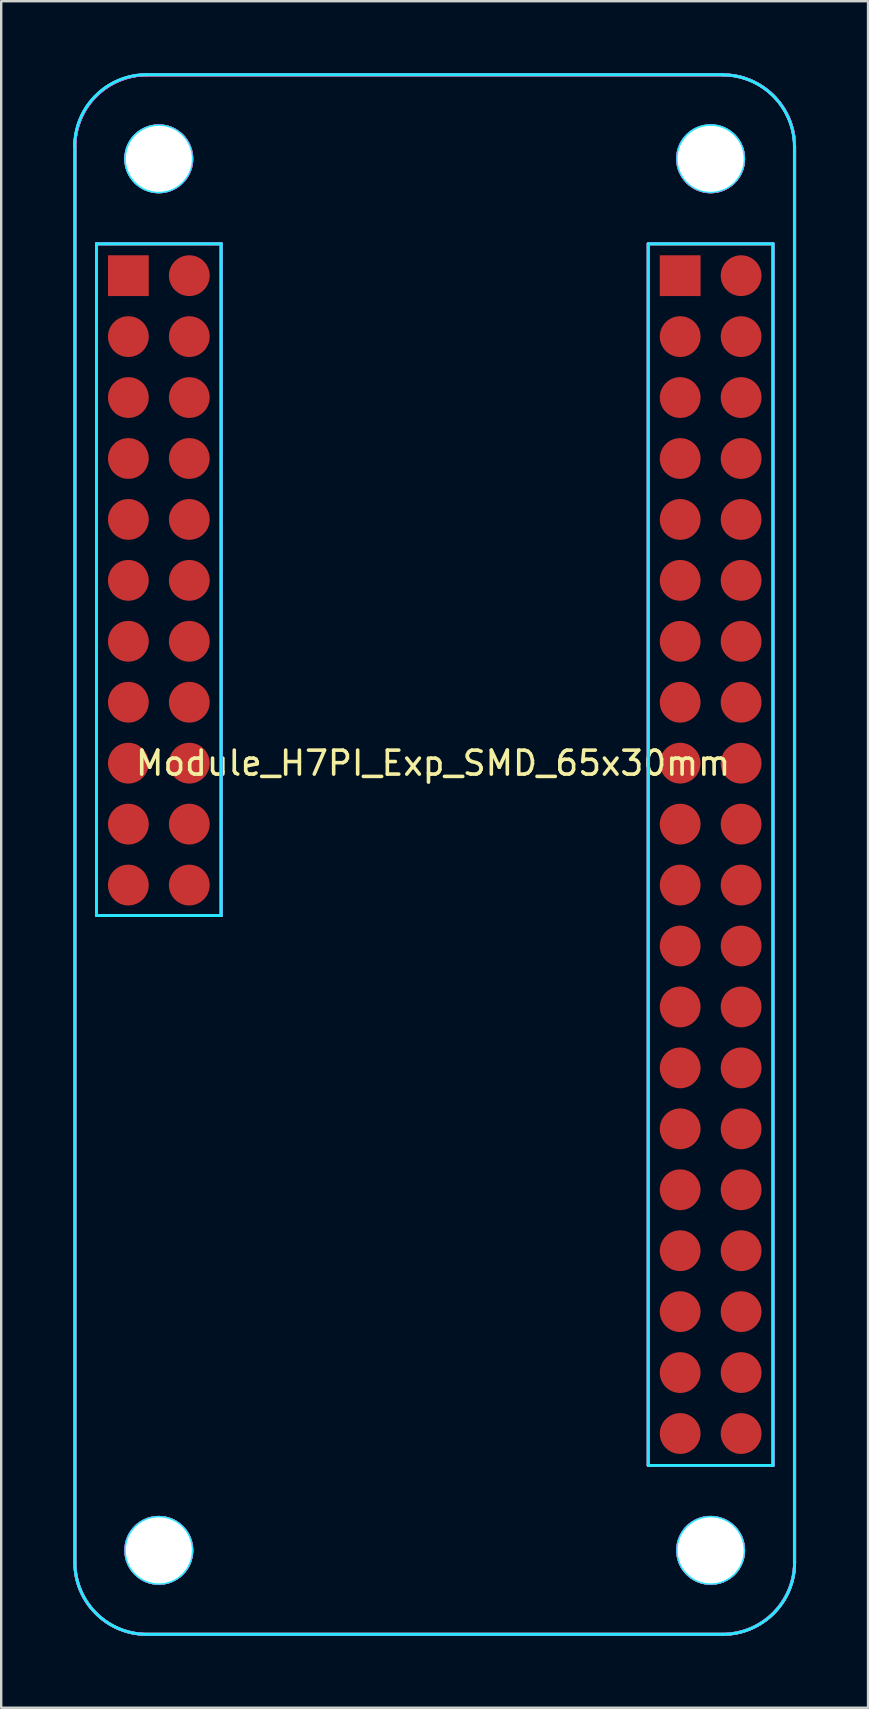
<source format=kicad_pcb>
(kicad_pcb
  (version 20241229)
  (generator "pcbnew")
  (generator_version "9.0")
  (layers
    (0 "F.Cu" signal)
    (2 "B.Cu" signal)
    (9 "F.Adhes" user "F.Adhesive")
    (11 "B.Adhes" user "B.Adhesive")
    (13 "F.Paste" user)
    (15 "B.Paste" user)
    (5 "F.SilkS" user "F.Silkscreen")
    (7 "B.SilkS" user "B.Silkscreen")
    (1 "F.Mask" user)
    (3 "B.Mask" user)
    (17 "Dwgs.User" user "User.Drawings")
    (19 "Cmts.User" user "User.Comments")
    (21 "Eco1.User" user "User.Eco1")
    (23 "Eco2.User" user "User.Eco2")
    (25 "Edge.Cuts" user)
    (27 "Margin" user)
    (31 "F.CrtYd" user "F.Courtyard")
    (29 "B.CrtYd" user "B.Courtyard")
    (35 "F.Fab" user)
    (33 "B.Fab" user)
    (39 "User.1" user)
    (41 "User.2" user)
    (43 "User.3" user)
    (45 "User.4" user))
  (footprint "Module_H7PI_Exp_SMD_65x30mm"
    (layer "F.Cu")
    (at 15.07 32.57)
    (property "Reference" "Module_H7PI_Exp_SMD_65x30mm" (at -0.07 -3.81 0) (layer "F.SilkS") (effects (font (size 1 1) (thickness 0.15))))
    (attr exclude_from_pos_files exclude_from_bom)
    (fp_line (start -15 -29.5) (end -15 29.5) (stroke (width 0.12) (type solid)) (layer "F.SilkS"))
    (fp_line (start -14.1 -25.46) (end -14.1 2.54) (stroke (width 0.12) (type solid)) (layer "F.SilkS"))
    (fp_line (start -14.1 -25.46) (end -8.9 -25.46) (stroke (width 0.12) (type solid)) (layer "F.SilkS"))
    (fp_line (start -14.1 2.54) (end -8.9 2.54) (stroke (width 0.12) (type solid)) (layer "F.SilkS"))
    (fp_line (start -12 32.5) (end 12 32.5) (stroke (width 0.12) (type solid)) (layer "F.SilkS"))
    (fp_line (start -8.9 -25.46) (end -8.9 2.54) (stroke (width 0.12) (type solid)) (layer "F.SilkS"))
    (fp_line (start 8.9 -25.46) (end 8.9 25.46) (stroke (width 0.12) (type solid)) (layer "F.SilkS"))
    (fp_line (start 8.9 -25.46) (end 14.1 -25.46) (stroke (width 0.12) (type solid)) (layer "F.SilkS"))
    (fp_line (start 8.9 25.46) (end 14.1 25.46) (stroke (width 0.12) (type solid)) (layer "F.SilkS"))
    (fp_line (start 12 -32.5) (end -12 -32.5) (stroke (width 0.12) (type solid)) (layer "F.SilkS"))
    (fp_line (start 14.1 -25.46) (end 14.1 25.46) (stroke (width 0.12) (type solid)) (layer "F.SilkS"))
    (fp_line (start 15 -29.5) (end 15 29.5) (stroke (width 0.12) (type solid)) (layer "F.SilkS"))
    (fp_arc (start -15 -29.5) (mid -14.12132 -31.62132) (end -12 -32.5) (stroke (width 0.12) (type solid)) (layer "F.SilkS"))
    (fp_arc (start -12 32.5) (mid -14.12132 31.62132) (end -15 29.5) (stroke (width 0.12) (type solid)) (layer "F.SilkS"))
    (fp_arc (start 12 -32.5) (mid 14.12132 -31.62132) (end 15 -29.5) (stroke (width 0.12) (type solid)) (layer "F.SilkS"))
    (fp_arc (start 15 29.5) (mid 14.12132 31.62132) (end 12 32.5) (stroke (width 0.12) (type solid)) (layer "F.SilkS"))
    (fp_circle (center -11.5 -29) (end -10.125 -29) (stroke (width 0.12) (type solid)) (fill no) (layer "F.SilkS"))
    (fp_circle (center -11.5 29) (end -10.125 29) (stroke (width 0.12) (type solid)) (fill no) (layer "F.SilkS"))
    (fp_circle (center 11.5 -29) (end 12.875 -29) (stroke (width 0.12) (type solid)) (fill no) (layer "F.SilkS"))
    (fp_circle (center 11.5 29) (end 12.875 29) (stroke (width 0.12) (type solid)) (fill no) (layer "F.SilkS"))
    (fp_line (start -15 -29.5) (end -15 29.5) (stroke (width 0.12) (type solid)) (layer "B.SilkS"))
    (fp_line (start -14.1 -25.46) (end -8.9 -25.46) (stroke (width 0.12) (type solid)) (layer "B.SilkS"))
    (fp_line (start -14.1 2.54) (end -14.1 -25.46) (stroke (width 0.12) (type solid)) (layer "B.SilkS"))
    (fp_line (start -12 32.5) (end 12 32.5) (stroke (width 0.12) (type solid)) (layer "B.SilkS"))
    (fp_line (start -8.9 -25.46) (end -8.9 2.54) (stroke (width 0.12) (type solid)) (layer "B.SilkS"))
    (fp_line (start -8.9 2.54) (end -14.1 2.54) (stroke (width 0.12) (type solid)) (layer "B.SilkS"))
    (fp_line (start 8.9 -25.46) (end 8.9 25.46) (stroke (width 0.12) (type solid)) (layer "B.SilkS"))
    (fp_line (start 8.9 25.46) (end 14.1 25.46) (stroke (width 0.12) (type solid)) (layer "B.SilkS"))
    (fp_line (start 12 -32.5) (end -12 -32.5) (stroke (width 0.12) (type solid)) (layer "B.SilkS"))
    (fp_line (start 14.1 -25.46) (end 8.9 -25.46) (stroke (width 0.12) (type solid)) (layer "B.SilkS"))
    (fp_line (start 14.1 25.46) (end 14.1 -25.46) (stroke (width 0.12) (type solid)) (layer "B.SilkS"))
    (fp_line (start 15 -29.5) (end 15 29.5) (stroke (width 0.12) (type solid)) (layer "B.SilkS"))
    (fp_arc (start -15 -29.5) (mid -14.12132 -31.62132) (end -12 -32.5) (stroke (width 0.12) (type solid)) (layer "B.SilkS"))
    (fp_arc (start -12 32.5) (mid -14.12132 31.62132) (end -15 29.5) (stroke (width 0.12) (type solid)) (layer "B.SilkS"))
    (fp_arc (start 12 -32.5) (mid 14.12132 -31.62132) (end 15 -29.5) (stroke (width 0.12) (type solid)) (layer "B.SilkS"))
    (fp_arc (start 15 29.5) (mid 14.12132 31.62132) (end 12 32.5) (stroke (width 0.12) (type solid)) (layer "B.SilkS"))
    (fp_circle (center -11.5 -29) (end -10.125 -29) (stroke (width 0.12) (type solid)) (fill no) (layer "B.SilkS"))
    (fp_circle (center -11.5 29) (end -10.125 29) (stroke (width 0.12) (type solid)) (fill no) (layer "B.SilkS"))
    (fp_circle (center 11.5 -29) (end 12.875 -29) (stroke (width 0.12) (type solid)) (fill no) (layer "B.SilkS"))
    (fp_circle (center 11.5 29) (end 12.875 29) (stroke (width 0.12) (type solid)) (fill no) (layer "B.SilkS"))
    (fp_line (start -15 -29.5) (end -15 29.5) (stroke (width 0.12) (type solid)) (layer "B.CrtYd"))
    (fp_line (start -14.1 -25.46) (end -14.1 2.54) (stroke (width 0.12) (type solid)) (layer "B.CrtYd"))
    (fp_line (start -14.1 2.54) (end -8.9 2.54) (stroke (width 0.12) (type solid)) (layer "B.CrtYd"))
    (fp_line (start -12 32.5) (end 12 32.5) (stroke (width 0.12) (type solid)) (layer "B.CrtYd"))
    (fp_line (start -8.9 -25.46) (end -14.1 -25.46) (stroke (width 0.12) (type solid)) (layer "B.CrtYd"))
    (fp_line (start -8.9 2.54) (end -8.9 -25.46) (stroke (width 0.12) (type solid)) (layer "B.CrtYd"))
    (fp_line (start 8.9 -25.46) (end 8.9 25.46) (stroke (width 0.12) (type solid)) (layer "B.CrtYd"))
    (fp_line (start 8.9 25.46) (end 14.1 25.46) (stroke (width 0.12) (type solid)) (layer "B.CrtYd"))
    (fp_line (start 11.99 -32.51) (end -12.01 -32.51) (stroke (width 0.12) (type solid)) (layer "B.CrtYd"))
    (fp_line (start 14.1 -25.46) (end 8.9 -25.46) (stroke (width 0.12) (type solid)) (layer "B.CrtYd"))
    (fp_line (start 14.1 25.46) (end 14.1 -25.46) (stroke (width 0.12) (type solid)) (layer "B.CrtYd"))
    (fp_line (start 14.99 -29.5) (end 14.99 29.5) (stroke (width 0.12) (type solid)) (layer "B.CrtYd"))
    (fp_arc (start -15.01 -29.51) (mid -14.13132 -31.63132) (end -12.01 -32.51) (stroke (width 0.12) (type solid)) (layer "B.CrtYd"))
    (fp_arc (start -12 32.5) (mid -14.12132 31.62132) (end -15 29.5) (stroke (width 0.12) (type solid)) (layer "B.CrtYd"))
    (fp_arc (start 11.99 -32.5) (mid 14.11132 -31.62132) (end 14.99 -29.5) (stroke (width 0.12) (type solid)) (layer "B.CrtYd"))
    (fp_arc (start 15 29.5) (mid 14.12132 31.62132) (end 12 32.5) (stroke (width 0.12) (type solid)) (layer "B.CrtYd"))
    (fp_circle (center -11.51 -29) (end -10.135 -29) (stroke (width 0.12) (type solid)) (fill no) (layer "B.CrtYd"))
    (fp_circle (center -11.5 29) (end -10.125 29) (stroke (width 0.12) (type solid)) (fill no) (layer "B.CrtYd"))
    (fp_circle (center 11.5 -29.01) (end 12.875 -29.01) (stroke (width 0.12) (type solid)) (fill no) (layer "B.CrtYd"))
    (fp_circle (center 11.5 29) (end 12.875 29) (stroke (width 0.12) (type solid)) (fill no) (layer "B.CrtYd"))
    (fp_line (start -15 -29.5) (end -15 29.5) (stroke (width 0.12) (type solid)) (layer "F.CrtYd"))
    (fp_line (start -14.1 -25.46) (end -14.1 2.54) (stroke (width 0.12) (type solid)) (layer "F.CrtYd"))
    (fp_line (start -14.1 -25.46) (end -8.9 -25.46) (stroke (width 0.12) (type solid)) (layer "F.CrtYd"))
    (fp_line (start -14.1 2.54) (end -8.9 2.54) (stroke (width 0.12) (type solid)) (layer "F.CrtYd"))
    (fp_line (start -12 32.5) (end 12 32.5) (stroke (width 0.12) (type solid)) (layer "F.CrtYd"))
    (fp_line (start -8.9 -25.46) (end -8.9 2.54) (stroke (width 0.12) (type solid)) (layer "F.CrtYd"))
    (fp_line (start 8.9 -25.46) (end 14.1 -25.46) (stroke (width 0.12) (type solid)) (layer "F.CrtYd"))
    (fp_line (start 8.9 25.46) (end 8.9 -25.46) (stroke (width 0.12) (type solid)) (layer "F.CrtYd"))
    (fp_line (start 12 -32.5) (end -12 -32.5) (stroke (width 0.12) (type solid)) (layer "F.CrtYd"))
    (fp_line (start 14.1 -25.46) (end 14.1 25.46) (stroke (width 0.12) (type solid)) (layer "F.CrtYd"))
    (fp_line (start 14.1 25.46) (end 8.9 25.46) (stroke (width 0.12) (type solid)) (layer "F.CrtYd"))
    (fp_line (start 15 -29.5) (end 15 29.5) (stroke (width 0.12) (type solid)) (layer "F.CrtYd"))
    (fp_arc (start -15 -29.5) (mid -14.12132 -31.62132) (end -12 -32.5) (stroke (width 0.12) (type solid)) (layer "F.CrtYd"))
    (fp_arc (start -12 32.5) (mid -14.12132 31.62132) (end -15 29.5) (stroke (width 0.12) (type solid)) (layer "F.CrtYd"))
    (fp_arc (start 12 -32.5) (mid 14.12132 -31.62132) (end 15 -29.5) (stroke (width 0.12) (type solid)) (layer "F.CrtYd"))
    (fp_arc (start 15 29.5) (mid 14.12132 31.62132) (end 12 32.5) (stroke (width 0.12) (type solid)) (layer "F.CrtYd"))
    (fp_circle (center -11.5 -29) (end -10.125 -29) (stroke (width 0.12) (type solid)) (fill no) (layer "F.CrtYd"))
    (fp_circle (center -11.5 29) (end -10.125 29) (stroke (width 0.12) (type solid)) (fill no) (layer "F.CrtYd"))
    (fp_circle (center 11.5 -29) (end 12.875 -29) (stroke (width 0.12) (type solid)) (fill no) (layer "F.CrtYd"))
    (fp_circle (center 11.5 29) (end 12.875 29) (stroke (width 0.12) (type solid)) (fill no) (layer "F.CrtYd"))
    (fp_line (start -15 -29.5) (end -15 29.5) (stroke (width 0.12) (type solid)) (layer "B.Fab"))
    (fp_line (start -14.1 -25.46) (end -14.1 2.54) (stroke (width 0.12) (type solid)) (layer "B.Fab"))
    (fp_line (start -14.1 2.54) (end -8.9 2.54) (stroke (width 0.12) (type solid)) (layer "B.Fab"))
    (fp_line (start -12 32.5) (end 12 32.5) (stroke (width 0.12) (type solid)) (layer "B.Fab"))
    (fp_line (start -8.9 -25.46) (end -14.1 -25.46) (stroke (width 0.12) (type solid)) (layer "B.Fab"))
    (fp_line (start -8.9 2.54) (end -8.9 -25.46) (stroke (width 0.12) (type solid)) (layer "B.Fab"))
    (fp_line (start 8.9 -25.46) (end 8.9 25.46) (stroke (width 0.12) (type solid)) (layer "B.Fab"))
    (fp_line (start 8.9 25.46) (end 14.1 25.46) (stroke (width 0.12) (type solid)) (layer "B.Fab"))
    (fp_line (start 12 -32.5) (end -12 -32.5) (stroke (width 0.12) (type solid)) (layer "B.Fab"))
    (fp_line (start 14.1 -25.46) (end 8.9 -25.46) (stroke (width 0.12) (type solid)) (layer "B.Fab"))
    (fp_line (start 14.1 25.46) (end 14.1 -25.46) (stroke (width 0.12) (type solid)) (layer "B.Fab"))
    (fp_line (start 15 -29.5) (end 15 29.5) (stroke (width 0.12) (type solid)) (layer "B.Fab"))
    (fp_arc (start -15 -29.51) (mid -14.12132 -31.63132) (end -12 -32.51) (stroke (width 0.12) (type solid)) (layer "B.Fab"))
    (fp_arc (start -12 32.5) (mid -14.12132 31.62132) (end -15 29.5) (stroke (width 0.12) (type solid)) (layer "B.Fab"))
    (fp_arc (start 12 -32.5) (mid 14.12132 -31.62132) (end 15 -29.5) (stroke (width 0.12) (type solid)) (layer "B.Fab"))
    (fp_arc (start 14.99 29.49) (mid 14.11132 31.61132) (end 11.99 32.49) (stroke (width 0.12) (type solid)) (layer "B.Fab"))
    (fp_circle (center -11.51 28.995) (end -10.135 28.995) (stroke (width 0.12) (type solid)) (fill no) (layer "B.Fab"))
    (fp_circle (center -11.5 -29) (end -10.125 -29) (stroke (width 0.12) (type solid)) (fill no) (layer "B.Fab"))
    (fp_circle (center 11.49 -29.01) (end 12.865 -29.01) (stroke (width 0.12) (type solid)) (fill no) (layer "B.Fab"))
    (fp_circle (center 11.495 28.99) (end 12.87 28.99) (stroke (width 0.12) (type solid)) (fill no) (layer "B.Fab"))
    (fp_line (start -15 -29.5) (end -15 29.5) (stroke (width 0.12) (type solid)) (layer "F.Fab"))
    (fp_line (start -14.1 -25.46) (end -14.1 2.54) (stroke (width 0.12) (type solid)) (layer "F.Fab"))
    (fp_line (start -14.1 -25.46) (end -8.9 -25.46) (stroke (width 0.12) (type solid)) (layer "F.Fab"))
    (fp_line (start -14.1 2.54) (end -8.9 2.54) (stroke (width 0.12) (type solid)) (layer "F.Fab"))
    (fp_line (start -12 32.5) (end 12 32.5) (stroke (width 0.12) (type solid)) (layer "F.Fab"))
    (fp_line (start -8.9 -25.46) (end -8.9 2.54) (stroke (width 0.12) (type solid)) (layer "F.Fab"))
    (fp_line (start 8.9 -25.46) (end 14.1 -25.46) (stroke (width 0.12) (type solid)) (layer "F.Fab"))
    (fp_line (start 8.9 25.46) (end 8.9 -25.45) (stroke (width 0.12) (type solid)) (layer "F.Fab"))
    (fp_line (start 12 -32.5) (end -12 -32.5) (stroke (width 0.12) (type solid)) (layer "F.Fab"))
    (fp_line (start 14.1 -25.46) (end 14.1 25.46) (stroke (width 0.12) (type solid)) (layer "F.Fab"))
    (fp_line (start 14.1 25.46) (end 8.9 25.46) (stroke (width 0.12) (type solid)) (layer "F.Fab"))
    (fp_line (start 15 -29.5) (end 15 29.5) (stroke (width 0.12) (type solid)) (layer "F.Fab"))
    (fp_arc (start -15 -29.5) (mid -14.12132 -31.62132) (end -12 -32.5) (stroke (width 0.12) (type solid)) (layer "F.Fab"))
    (fp_arc (start -12 32.5) (mid -14.12132 31.62132) (end -15 29.5) (stroke (width 0.12) (type solid)) (layer "F.Fab"))
    (fp_arc (start 12 -32.5) (mid 14.12132 -31.62132) (end 15 -29.5) (stroke (width 0.12) (type solid)) (layer "F.Fab"))
    (fp_arc (start 15 29.5) (mid 14.12132 31.62132) (end 12 32.5) (stroke (width 0.12) (type solid)) (layer "F.Fab"))
    (fp_circle (center -11.5 -29) (end -10.125 -29) (stroke (width 0.12) (type solid)) (fill no) (layer "F.Fab"))
    (fp_circle (center -11.5 29) (end -10.125 29) (stroke (width 0.12) (type solid)) (fill no) (layer "F.Fab"))
    (fp_circle (center 11.5 -29) (end 12.875 -29) (stroke (width 0.12) (type solid)) (fill no) (layer "F.Fab"))
    (fp_circle (center 11.5 29) (end 12.875 29) (stroke (width 0.12) (type solid)) (fill no) (layer "F.Fab"))
    (pad "" np_thru_hole circle (at -11.5 -29) (size 2.75 2.75) (drill 2.75) (layers "*.Cu" "*.Mask"))
    (pad "" np_thru_hole circle (at -11.5 29) (size 2.75 2.75) (drill 2.75) (layers "*.Cu" "*.Mask"))
    (pad "" np_thru_hole circle (at 11.5 -29) (size 2.75 2.75) (drill 2.75) (layers "*.Cu" "*.Mask"))
    (pad "" np_thru_hole circle (at 11.5 29) (size 2.75 2.75) (drill 2.75) (layers "*.Cu" "*.Mask"))
    (pad "1" smd rect (at -12.77 -24.13) (size 1.7 1.7) (layers "F.Cu" "F.Mask" "F.Paste"))
    (pad "2" smd circle (at -10.23 -24.13) (size 1.7 1.7) (layers "F.Cu" "F.Mask" "F.Paste"))
    (pad "3" smd circle (at -12.77 -21.59) (size 1.7 1.7) (layers "F.Cu" "F.Mask" "F.Paste"))
    (pad "4" smd circle (at -10.23 -21.59) (size 1.7 1.7) (layers "F.Cu" "F.Mask" "F.Paste"))
    (pad "5" smd circle (at -12.77 -19.05) (size 1.7 1.7) (layers "F.Cu" "F.Mask" "F.Paste"))
    (pad "6" smd circle (at -10.23 -19.05) (size 1.7 1.7) (layers "F.Cu" "F.Mask" "F.Paste"))
    (pad "7" smd circle (at -12.77 -16.51) (size 1.7 1.7) (layers "F.Cu" "F.Mask" "F.Paste"))
    (pad "8" smd circle (at -10.23 -16.51) (size 1.7 1.7) (layers "F.Cu" "F.Mask" "F.Paste"))
    (pad "9" smd circle (at -12.77 -13.97) (size 1.7 1.7) (layers "F.Cu" "F.Mask" "F.Paste"))
    (pad "10" smd circle (at -10.23 -13.97) (size 1.7 1.7) (layers "F.Cu" "F.Mask" "F.Paste"))
    (pad "11" smd circle (at -12.77 -11.43) (size 1.7 1.7) (layers "F.Cu" "F.Mask" "F.Paste"))
    (pad "12" smd circle (at -10.23 -11.43) (size 1.7 1.7) (layers "F.Cu" "F.Mask" "F.Paste"))
    (pad "13" smd circle (at -12.77 -8.89) (size 1.7 1.7) (layers "F.Cu" "F.Mask" "F.Paste"))
    (pad "14" smd circle (at -10.23 -8.89) (size 1.7 1.7) (layers "F.Cu" "F.Mask" "F.Paste"))
    (pad "15" smd circle (at -12.77 -6.35) (size 1.7 1.7) (layers "F.Cu" "F.Mask" "F.Paste"))
    (pad "16" smd circle (at -10.23 -6.35) (size 1.7 1.7) (layers "F.Cu" "F.Mask" "F.Paste"))
    (pad "17" smd circle (at -12.77 -3.81) (size 1.7 1.7) (layers "F.Cu" "F.Mask" "F.Paste"))
    (pad "18" smd circle (at -10.23 -3.81) (size 1.7 1.7) (layers "F.Cu" "F.Mask" "F.Paste"))
    (pad "19" smd circle (at -12.77 -1.27) (size 1.7 1.7) (layers "F.Cu" "F.Mask" "F.Paste"))
    (pad "20" smd circle (at -10.23 -1.27) (size 1.7 1.7) (layers "F.Cu" "F.Mask" "F.Paste"))
    (pad "21" smd rect (at 10.23 -24.13) (size 1.7 1.7) (layers "F.Cu" "F.Mask" "F.Paste"))
    (pad "22" smd circle (at 12.77 -24.13) (size 1.7 1.7) (layers "F.Cu" "F.Mask" "F.Paste"))
    (pad "23" smd circle (at 10.23 -21.59) (size 1.7 1.7) (layers "F.Cu" "F.Mask" "F.Paste"))
    (pad "24" smd circle (at 12.77 -21.59) (size 1.7 1.7) (layers "F.Cu" "F.Mask" "F.Paste"))
    (pad "25" smd circle (at 10.23 -19.05) (size 1.7 1.7) (layers "F.Cu" "F.Mask" "F.Paste"))
    (pad "26" smd circle (at 12.77 -19.05) (size 1.7 1.7) (layers "F.Cu" "F.Mask" "F.Paste"))
    (pad "27" smd circle (at 10.23 -16.51) (size 1.7 1.7) (layers "F.Cu" "F.Mask" "F.Paste"))
    (pad "28" smd circle (at 12.77 -16.51) (size 1.7 1.7) (layers "F.Cu" "F.Mask" "F.Paste"))
    (pad "29" smd circle (at 10.23 -13.97) (size 1.7 1.7) (layers "F.Cu" "F.Mask" "F.Paste"))
    (pad "30" smd circle (at 12.77 -13.97) (size 1.7 1.7) (layers "F.Cu" "F.Mask" "F.Paste"))
    (pad "31" smd circle (at 10.23 -11.43) (size 1.7 1.7) (layers "F.Cu" "F.Mask" "F.Paste"))
    (pad "32" smd circle (at 12.77 -11.43) (size 1.7 1.7) (layers "F.Cu" "F.Mask" "F.Paste"))
    (pad "33" smd circle (at 10.23 -8.89) (size 1.7 1.7) (layers "F.Cu" "F.Mask" "F.Paste"))
    (pad "34" smd circle (at 12.77 -8.89) (size 1.7 1.7) (layers "F.Cu" "F.Mask" "F.Paste"))
    (pad "35" smd circle (at 10.23 -6.35) (size 1.7 1.7) (layers "F.Cu" "F.Mask" "F.Paste"))
    (pad "36" smd circle (at 12.77 -6.35) (size 1.7 1.7) (layers "F.Cu" "F.Mask" "F.Paste"))
    (pad "37" smd circle (at 10.23 -3.81) (size 1.7 1.7) (layers "F.Cu" "F.Mask" "F.Paste"))
    (pad "38" smd circle (at 12.77 -3.81) (size 1.7 1.7) (layers "F.Cu" "F.Mask" "F.Paste"))
    (pad "39" smd circle (at 10.23 -1.27) (size 1.7 1.7) (layers "F.Cu" "F.Mask" "F.Paste"))
    (pad "40" smd circle (at 12.77 -1.27) (size 1.7 1.7) (layers "F.Cu" "F.Mask" "F.Paste"))
    (pad "41" smd circle (at 10.23 1.27) (size 1.7 1.7) (layers "F.Cu" "F.Mask" "F.Paste"))
    (pad "42" smd circle (at 12.77 1.27) (size 1.7 1.7) (layers "F.Cu" "F.Mask" "F.Paste"))
    (pad "43" smd circle (at 10.23 3.81) (size 1.7 1.7) (layers "F.Cu" "F.Mask" "F.Paste"))
    (pad "44" smd circle (at 12.77 3.81) (size 1.7 1.7) (layers "F.Cu" "F.Mask" "F.Paste"))
    (pad "45" smd circle (at 10.23 6.35) (size 1.7 1.7) (layers "F.Cu" "F.Mask" "F.Paste"))
    (pad "46" smd circle (at 12.77 6.35) (size 1.7 1.7) (layers "F.Cu" "F.Mask" "F.Paste"))
    (pad "47" smd circle (at 10.23 8.89) (size 1.7 1.7) (layers "F.Cu" "F.Mask" "F.Paste"))
    (pad "48" smd circle (at 12.77 8.89) (size 1.7 1.7) (layers "F.Cu" "F.Mask" "F.Paste"))
    (pad "49" smd circle (at 10.23 11.43) (size 1.7 1.7) (layers "F.Cu" "F.Mask" "F.Paste"))
    (pad "50" smd circle (at 12.77 11.43) (size 1.7 1.7) (layers "F.Cu" "F.Mask" "F.Paste"))
    (pad "51" smd circle (at 10.23 13.97) (size 1.7 1.7) (layers "F.Cu" "F.Mask" "F.Paste"))
    (pad "52" smd circle (at 12.77 13.97) (size 1.7 1.7) (layers "F.Cu" "F.Mask" "F.Paste"))
    (pad "53" smd circle (at 10.23 16.51) (size 1.7 1.7) (layers "F.Cu" "F.Mask" "F.Paste"))
    (pad "54" smd circle (at 12.77 16.51) (size 1.7 1.7) (layers "F.Cu" "F.Mask" "F.Paste"))
    (pad "55" smd circle (at 10.23 19.05) (size 1.7 1.7) (layers "F.Cu" "F.Mask" "F.Paste"))
    (pad "56" smd circle (at 12.77 19.05) (size 1.7 1.7) (layers "F.Cu" "F.Mask" "F.Paste"))
    (pad "57" smd circle (at 10.23 21.59) (size 1.7 1.7) (layers "F.Cu" "F.Mask" "F.Paste"))
    (pad "58" smd circle (at 12.77 21.59) (size 1.7 1.7) (layers "F.Cu" "F.Mask" "F.Paste"))
    (pad "59" smd circle (at 10.23 24.13) (size 1.7 1.7) (layers "F.Cu" "F.Mask" "F.Paste"))
    (pad "60" smd circle (at 12.77 24.13) (size 1.7 1.7) (layers "F.Cu" "F.Mask" "F.Paste"))
    (pad "USBN" smd circle (at -12.77 1.27) (size 1.7 1.7) (layers "F.Cu" "F.Mask" "F.Paste"))
    (pad "USBP" smd circle (at -10.23 1.27) (size 1.7 1.7) (layers "F.Cu" "F.Mask" "F.Paste")))
  (gr_rect
    (start -3 -3)
    (end 33.13 68.13)
    (stroke (width 0.1) (type default))
    (fill no)
    (layer "Edge.Cuts")))
</source>
